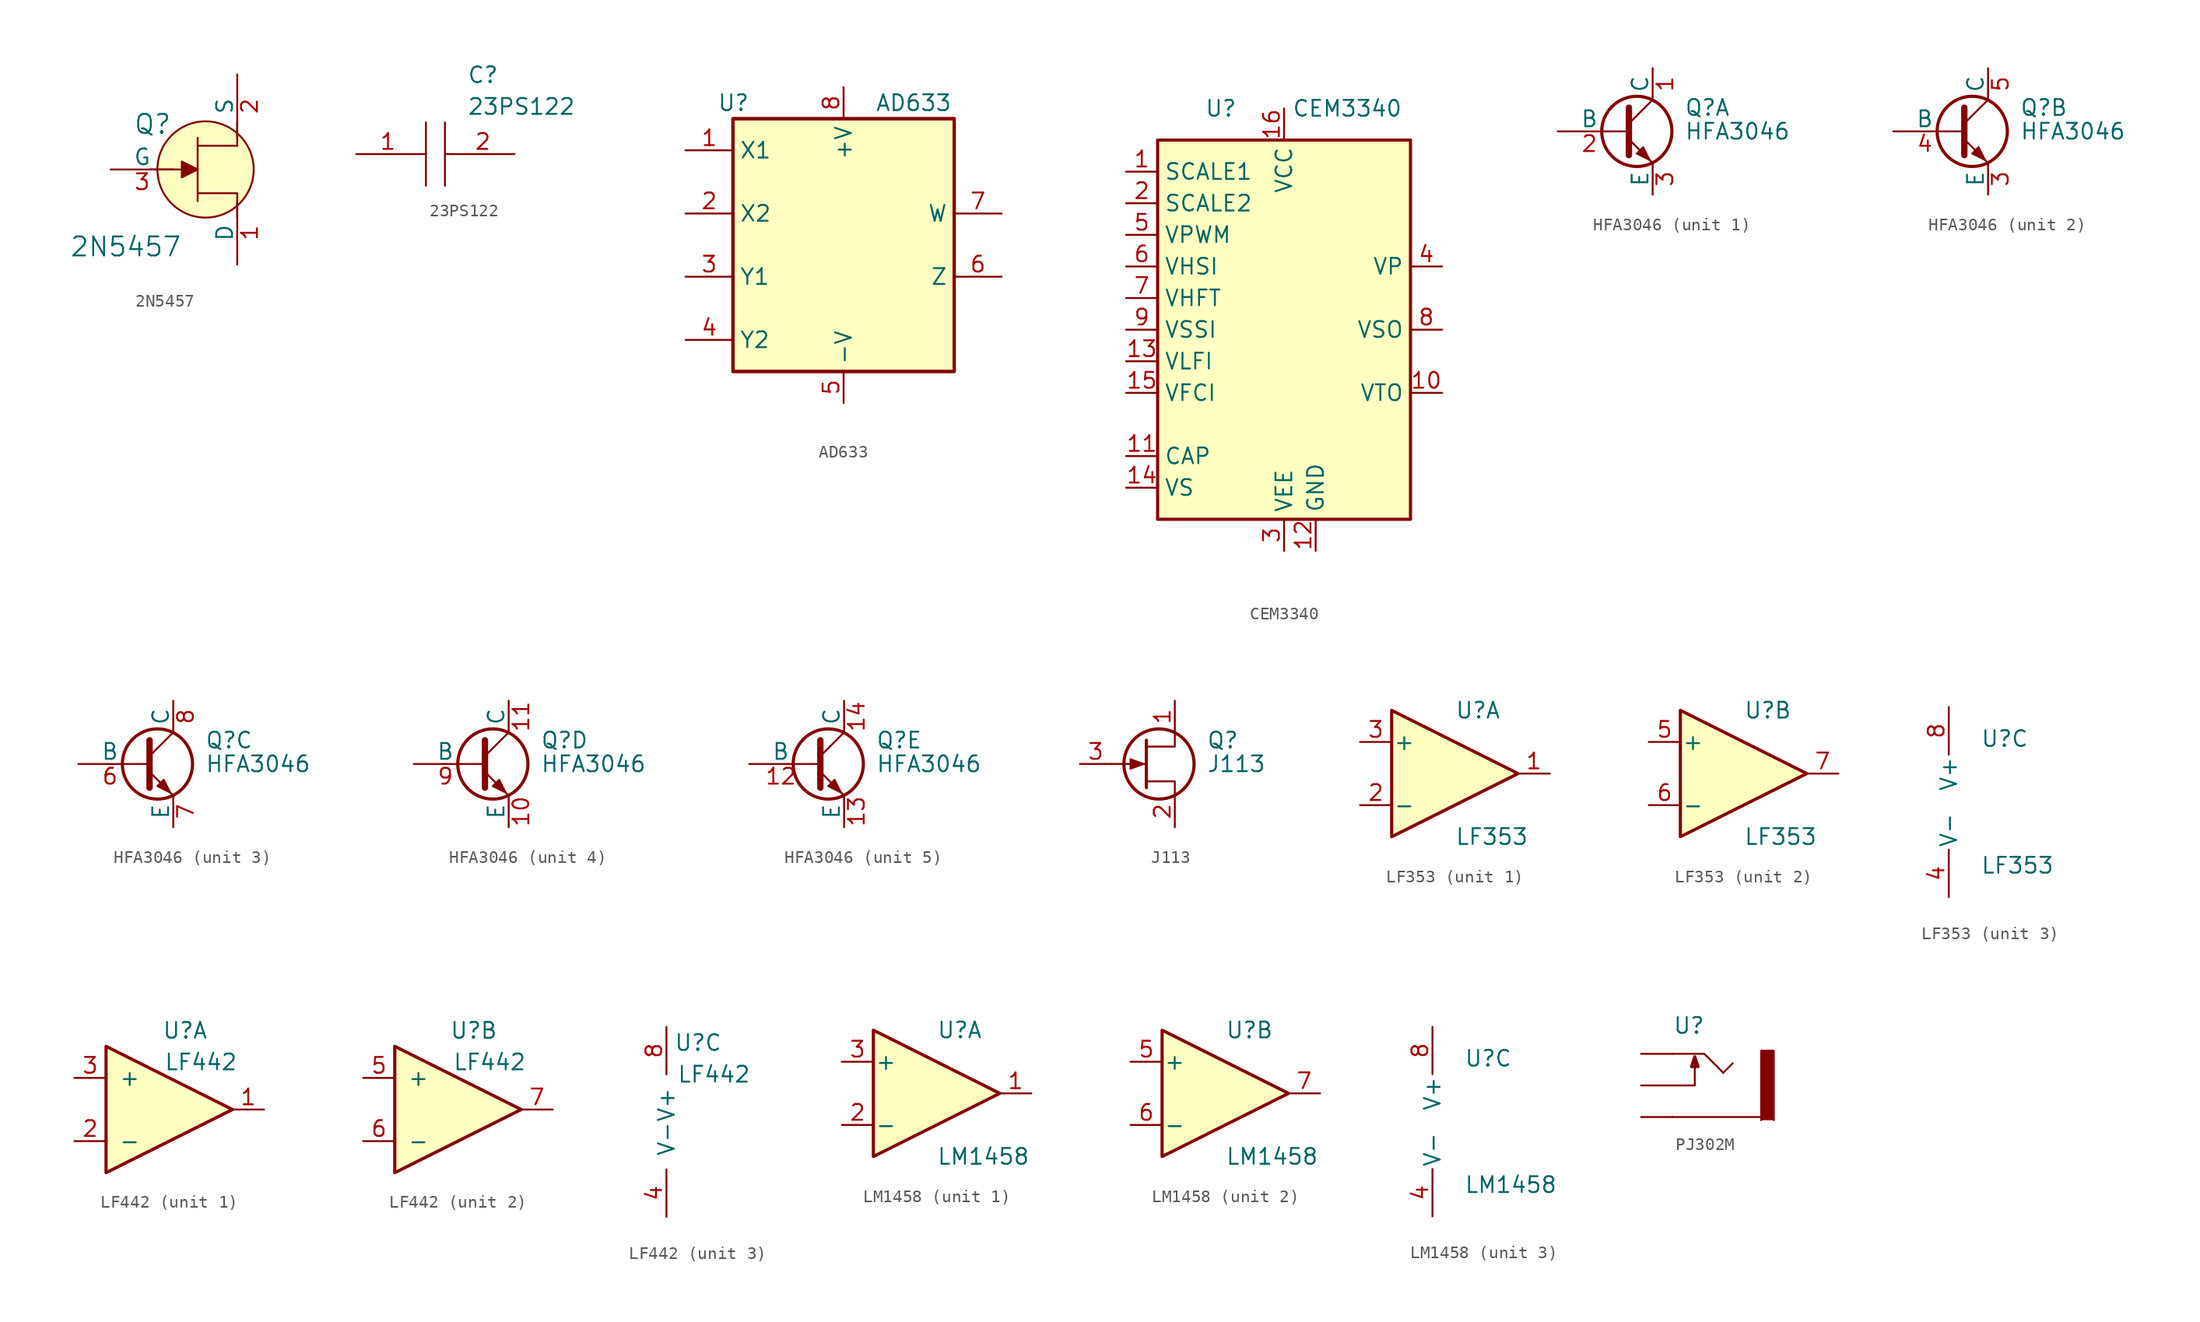
<source format=kicad_sym>
(kicad_symbol_lib
  (version 20211014)
  (generator kicad_symbol_editor)
  (symbol "2N5457"
    (pin_names
      (offset 0))
    (property "Reference" "Q"
      (at -2.692 3.632 0)
      (effects (font (size 1.524 1.524)) (justify right)))
    (property "Value" "2N5457"
      (at -6.401 -6.198 0)
      (effects (font (size 1.524 1.524))))
    (symbol "2N5457_0_1"
      (polyline (pts (xy -0.635 -2.54) (xy -0.635 2.54)) (stroke (width 0) (type default) (color 0 0 0 0)) (fill (type none)))
      (polyline (pts (xy -0.635 0) (xy -4.445 0)) (stroke (width 0) (type default) (color 0 0 0 0)) (fill (type none)))
      (polyline (pts (xy -0.635 -1.905) (xy 2.54 -1.905) (xy 2.54 -3.81)) (stroke (width 0) (type default) (color 0 0 0 0)) (fill (type none)))
      (polyline (pts (xy -0.635 1.905) (xy 2.54 1.905) (xy 2.54 3.81)) (stroke (width 0) (type default) (color 0 0 0 0)) (fill (type none))))
    (symbol "2N5457_1_1"
      (polyline (pts (xy -1.905 0.635) (xy -1.905 -0.635) (xy -0.635 0) (xy -1.905 0.635)) (stroke (width 0) (type default) (color 0 0 0 0)) (fill (type outline)))
      (circle (center 0 0) (radius 3.861) (stroke (width 0) (type default) (color 0 0 0 0)) (fill (type background)))
      (pin passive line (at 2.54 -7.62 90) (length 5.08) (name "D" (effects (font (size 1.27 1.27)))) (number "1" (effects (font (size 1.27 1.27)))))
      (pin passive line (at 2.54 7.62 270) (length 5.08) (name "S" (effects (font (size 1.27 1.27)))) (number "2" (effects (font (size 1.27 1.27)))))
      (pin input line (at -7.62 0 0) (length 5.08) (name "G" (effects (font (size 1.27 1.27)))) (number "3" (effects (font (size 1.27 1.27)))))))
  (symbol "23PS122"
    (pin_names
      (offset 0.762))
    (property "Reference" "C"
      (at 8.89 6.35 0)
      (effects (font (size 1.27 1.27)) (justify left)))
    (property "Value" "23PS122"
      (at 8.89 3.81 0)
      (effects (font (size 1.27 1.27)) (justify left)))
    (symbol "23PS122_0_0"
      (pin passive line (at 0 0 0) (length 5.08) (name "~" (effects (font (size 1.27 1.27)))) (number "1" (effects (font (size 1.27 1.27)))))
      (pin passive line (at 12.7 0 180) (length 5.08) (name "~" (effects (font (size 1.27 1.27)))) (number "2" (effects (font (size 1.27 1.27))))))
    (symbol "23PS122_0_1"
      (polyline (pts (xy 5.08 0) (xy 5.588 0)) (stroke (width 0.152) (type default) (color 0 0 0 0)) (fill (type none)))
      (polyline (pts (xy 5.588 2.54) (xy 5.588 -2.54)) (stroke (width 0.152) (type default) (color 0 0 0 0)) (fill (type none)))
      (polyline (pts (xy 7.112 0) (xy 7.62 0)) (stroke (width 0.152) (type default) (color 0 0 0 0)) (fill (type none)))
      (polyline (pts (xy 7.112 2.54) (xy 7.112 -2.54)) (stroke (width 0.152) (type default) (color 0 0 0 0)) (fill (type none)))))
  (symbol "AD633"
    (property "Reference" "U"
      (at -10.16 8.89 0)
      (effects (font (size 1.27 1.27)) (justify left)))
    (property "Value" "AD633"
      (at 2.54 8.89 0)
      (effects (font (size 1.27 1.27)) (justify left)))
    (symbol "AD633_0_0"
      (pin power_in line (at 0 -15.24 90) (length 2.54) (name "-V" (effects (font (size 1.27 1.27)))) (number "5" (effects (font (size 1.27 1.27)))))
      (pin power_in line (at 0 10.16 270) (length 2.54) (name "+V" (effects (font (size 1.27 1.27)))) (number "8" (effects (font (size 1.27 1.27))))))
    (symbol "AD633_0_1"
      (rectangle (start -8.89 -12.7) (end 8.89 7.62) (stroke (width 0.254) (type default) (color 0 0 0 0)) (fill (type background)))
      (rectangle (start -8.89 -12.7) (end 8.89 7.62) (stroke (width 0.254) (type default) (color 0 0 0 0)) (fill (type background))))
    (symbol "AD633_1_1"
      (pin input line (at -12.7 5.08 0) (length 3.81) (name "X1" (effects (font (size 1.27 1.27)))) (number "1" (effects (font (size 1.27 1.27)))))
      (pin input line (at -12.7 0 0) (length 3.81) (name "X2" (effects (font (size 1.27 1.27)))) (number "2" (effects (font (size 1.27 1.27)))))
      (pin input line (at -12.7 -5.08 0) (length 3.81) (name "Y1" (effects (font (size 1.27 1.27)))) (number "3" (effects (font (size 1.27 1.27)))))
      (pin input line (at -12.7 -10.16 0) (length 3.81) (name "Y2" (effects (font (size 1.27 1.27)))) (number "4" (effects (font (size 1.27 1.27)))))
      (pin input line (at 12.7 -5.08 180) (length 3.81) (name "Z" (effects (font (size 1.27 1.27)))) (number "6" (effects (font (size 1.27 1.27)))))
      (pin output line (at 12.7 0 180) (length 3.81) (name "W" (effects (font (size 1.27 1.27)))) (number "7" (effects (font (size 1.27 1.27)))))))
  (symbol "CEM3340"
    (property "Reference" "U"
      (at -5.08 17.78 0)
      (effects (font (size 1.27 1.27))))
    (property "Value" "CEM3340"
      (at 5.08 17.78 0)
      (effects (font (size 1.27 1.27))))
    (symbol "CEM3340_0_1"
      (rectangle (start -10.16 15.24) (end 10.16 -15.24) (stroke (width 0.254) (type default) (color 0 0 0 0)) (fill (type background))))
    (symbol "CEM3340_1_1"
      (pin input line (at -12.7 12.7 0) (length 2.54) (name "SCALE1" (effects (font (size 1.27 1.27)))) (number "1" (effects (font (size 1.27 1.27)))))
      (pin output line (at 12.7 -5.08 180) (length 2.54) (name "VTO" (effects (font (size 1.27 1.27)))) (number "10" (effects (font (size 1.27 1.27)))))
      (pin passive line (at -12.7 -10.16 0) (length 2.54) (name "CAP" (effects (font (size 1.27 1.27)))) (number "11" (effects (font (size 1.27 1.27)))))
      (pin power_in line (at 2.54 -17.78 90) (length 2.54) (name "GND" (effects (font (size 1.27 1.27)))) (number "12" (effects (font (size 1.27 1.27)))))
      (pin input line (at -12.7 -2.54 0) (length 2.54) (name "VLFI" (effects (font (size 1.27 1.27)))) (number "13" (effects (font (size 1.27 1.27)))))
      (pin passive line (at -12.7 -12.7 0) (length 2.54) (name "VS" (effects (font (size 1.27 1.27)))) (number "14" (effects (font (size 1.27 1.27)))))
      (pin input line (at -12.7 -5.08 0) (length 2.54) (name "VFCI" (effects (font (size 1.27 1.27)))) (number "15" (effects (font (size 1.27 1.27)))))
      (pin power_in line (at 0 17.78 270) (length 2.54) (name "VCC" (effects (font (size 1.27 1.27)))) (number "16" (effects (font (size 1.27 1.27)))))
      (pin input line (at -12.7 10.16 0) (length 2.54) (name "SCALE2" (effects (font (size 1.27 1.27)))) (number "2" (effects (font (size 1.27 1.27)))))
      (pin power_in line (at 0 -17.78 90) (length 2.54) (name "VEE" (effects (font (size 1.27 1.27)))) (number "3" (effects (font (size 1.27 1.27)))))
      (pin output line (at 12.7 5.08 180) (length 2.54) (name "VP" (effects (font (size 1.27 1.27)))) (number "4" (effects (font (size 1.27 1.27)))))
      (pin input line (at -12.7 7.62 0) (length 2.54) (name "VPWM" (effects (font (size 1.27 1.27)))) (number "5" (effects (font (size 1.27 1.27)))))
      (pin input line (at -12.7 5.08 0) (length 2.54) (name "VHSI" (effects (font (size 1.27 1.27)))) (number "6" (effects (font (size 1.27 1.27)))))
      (pin input line (at -12.7 2.54 0) (length 2.54) (name "VHFT" (effects (font (size 1.27 1.27)))) (number "7" (effects (font (size 1.27 1.27)))))
      (pin output line (at 12.7 0 180) (length 2.54) (name "VSO" (effects (font (size 1.27 1.27)))) (number "8" (effects (font (size 1.27 1.27)))))
      (pin input line (at -12.7 0 0) (length 2.54) (name "VSSI" (effects (font (size 1.27 1.27)))) (number "9" (effects (font (size 1.27 1.27)))))))
  (symbol "HFA3046"
    (pin_names
      (offset 0))
    (property "Reference" "Q"
      (at 5.08 1.905 0)
      (effects (font (size 1.27 1.27)) (justify left)))
    (property "Value" "HFA3046"
      (at 5.08 0 0)
      (effects (font (size 1.27 1.27)) (justify left)))
    (property "Datasheet" ""
      (at 0 0 0)
      (effects (font (size 1.27 1.27)) (justify left)))
    (symbol "HFA3046_0_1"
      (polyline (pts (xy 0 0) (xy 0.635 0)) (stroke (width 0) (type default) (color 0 0 0 0)) (fill (type none)))
      (polyline (pts (xy 0.635 0.635) (xy 2.54 2.54)) (stroke (width 0) (type default) (color 0 0 0 0)) (fill (type none)))
      (polyline (pts (xy 0.635 -0.635) (xy 2.54 -2.54) (xy 2.54 -2.54)) (stroke (width 0) (type default) (color 0 0 0 0)) (fill (type none)))
      (polyline (pts (xy 0.635 1.905) (xy 0.635 -1.905) (xy 0.635 -1.905)) (stroke (width 0.508) (type default) (color 0 0 0 0)) (fill (type none)))
      (polyline (pts (xy 1.27 -1.778) (xy 1.778 -1.27) (xy 2.286 -2.286) (xy 1.27 -1.778) (xy 1.27 -1.778)) (stroke (width 0) (type default) (color 0 0 0 0)) (fill (type outline)))
      (circle (center 1.27 0) (radius 2.819) (stroke (width 0.254) (type default) (color 0 0 0 0)) (fill (type none))))
    (symbol "HFA3046_1_1"
      (pin passive line (at 2.54 5.08 270) (length 2.54) (name "C" (effects (font (size 1.27 1.27)))) (number "1" (effects (font (size 1.27 1.27)))))
      (pin input line (at -5.08 0 0) (length 5.08) (name "B" (effects (font (size 1.27 1.27)))) (number "2" (effects (font (size 1.27 1.27)))))
      (pin passive line (at 2.54 -5.08 90) (length 2.54) (name "E" (effects (font (size 1.27 1.27)))) (number "3" (effects (font (size 1.27 1.27))))))
    (symbol "HFA3046_2_1"
      (pin passive line (at 2.54 -5.08 90) (length 2.54) (name "E" (effects (font (size 1.27 1.27)))) (number "3" (effects (font (size 1.27 1.27)))))
      (pin input line (at -5.08 0 0) (length 5.08) (name "B" (effects (font (size 1.27 1.27)))) (number "4" (effects (font (size 1.27 1.27)))))
      (pin passive line (at 2.54 5.08 270) (length 2.54) (name "C" (effects (font (size 1.27 1.27)))) (number "5" (effects (font (size 1.27 1.27))))))
    (symbol "HFA3046_3_1"
      (pin input line (at -5.08 0 0) (length 5.08) (name "B" (effects (font (size 1.27 1.27)))) (number "6" (effects (font (size 1.27 1.27)))))
      (pin passive line (at 2.54 -5.08 90) (length 2.54) (name "E" (effects (font (size 1.27 1.27)))) (number "7" (effects (font (size 1.27 1.27)))))
      (pin passive line (at 2.54 5.08 270) (length 2.54) (name "C" (effects (font (size 1.27 1.27)))) (number "8" (effects (font (size 1.27 1.27))))))
    (symbol "HFA3046_4_1"
      (pin passive line (at 2.54 -5.08 90) (length 2.54) (name "E" (effects (font (size 1.27 1.27)))) (number "10" (effects (font (size 1.27 1.27)))))
      (pin passive line (at 2.54 5.08 270) (length 2.54) (name "C" (effects (font (size 1.27 1.27)))) (number "11" (effects (font (size 1.27 1.27)))))
      (pin input line (at -5.08 0 0) (length 5.08) (name "B" (effects (font (size 1.27 1.27)))) (number "9" (effects (font (size 1.27 1.27))))))
    (symbol "HFA3046_5_1"
      (pin input line (at -5.08 0 0) (length 5.08) (name "B" (effects (font (size 1.27 1.27)))) (number "12" (effects (font (size 1.27 1.27)))))
      (pin passive line (at 2.54 -5.08 90) (length 2.54) (name "E" (effects (font (size 1.27 1.27)))) (number "13" (effects (font (size 1.27 1.27)))))
      (pin passive line (at 2.54 5.08 270) (length 2.54) (name "C" (effects (font (size 1.27 1.27)))) (number "14" (effects (font (size 1.27 1.27)))))))
  (symbol "J113"
    (pin_names hide)
    (property "Reference" "Q"
      (at 5.08 1.905 0)
      (effects (font (size 1.27 1.27)) (justify left)))
    (property "Value" "J113"
      (at 5.08 0 0)
      (effects (font (size 1.27 1.27)) (justify left)))
    (symbol "J113_0_1"
      (polyline (pts (xy 0.254 0) (xy -2.54 0)) (stroke (width 0) (type default) (color 0 0 0 0)) (fill (type none)))
      (polyline (pts (xy 0.254 1.905) (xy 0.254 -1.905)) (stroke (width 0.254) (type default) (color 0 0 0 0)) (fill (type none)))
      (polyline (pts (xy 2.54 -2.54) (xy 2.54 -1.397) (xy 0.254 -1.397)) (stroke (width 0) (type default) (color 0 0 0 0)) (fill (type none)))
      (polyline (pts (xy 2.54 2.54) (xy 2.54 1.397) (xy 0.254 1.397)) (stroke (width 0) (type default) (color 0 0 0 0)) (fill (type none)))
      (polyline (pts (xy 0 0) (xy -1.016 0.381) (xy -1.016 -0.381) (xy 0 0)) (stroke (width 0) (type default) (color 0 0 0 0)) (fill (type outline)))
      (circle (center 1.27 0) (radius 2.819) (stroke (width 0.254) (type default) (color 0 0 0 0)) (fill (type none))))
    (symbol "J113_1_1"
      (pin passive line (at 2.54 5.08 270) (length 2.54) (name "D" (effects (font (size 1.27 1.27)))) (number "1" (effects (font (size 1.27 1.27)))))
      (pin passive line (at 2.54 -5.08 90) (length 2.54) (name "S" (effects (font (size 1.27 1.27)))) (number "2" (effects (font (size 1.27 1.27)))))
      (pin input line (at -5.08 0 0) (length 2.54) (name "G" (effects (font (size 1.27 1.27)))) (number "3" (effects (font (size 1.27 1.27)))))))
  (symbol "LF353"
    (pin_names
      (offset 0.127))
    (property "Reference" "U"
      (at 0 5.08 0)
      (effects (font (size 1.27 1.27)) (justify left)))
    (property "Value" "LF353"
      (at 0 -5.08 0)
      (effects (font (size 1.27 1.27)) (justify left)))
    (property "ki_locked" ""
      (at 0 0 0)
      (effects (font (size 1.27 1.27))))
    (symbol "LF353_1_1"
      (polyline (pts (xy -5.08 5.08) (xy 5.08 0) (xy -5.08 -5.08) (xy -5.08 5.08)) (stroke (width 0.254) (type default) (color 0 0 0 0)) (fill (type background)))
      (pin output line (at 7.62 0 180) (length 2.54) (name "~" (effects (font (size 1.27 1.27)))) (number "1" (effects (font (size 1.27 1.27)))))
      (pin input line (at -7.62 -2.54 0) (length 2.54) (name "-" (effects (font (size 1.27 1.27)))) (number "2" (effects (font (size 1.27 1.27)))))
      (pin input line (at -7.62 2.54 0) (length 2.54) (name "+" (effects (font (size 1.27 1.27)))) (number "3" (effects (font (size 1.27 1.27))))))
    (symbol "LF353_2_1"
      (polyline (pts (xy -5.08 5.08) (xy 5.08 0) (xy -5.08 -5.08) (xy -5.08 5.08)) (stroke (width 0.254) (type default) (color 0 0 0 0)) (fill (type background)))
      (pin input line (at -7.62 2.54 0) (length 2.54) (name "+" (effects (font (size 1.27 1.27)))) (number "5" (effects (font (size 1.27 1.27)))))
      (pin input line (at -7.62 -2.54 0) (length 2.54) (name "-" (effects (font (size 1.27 1.27)))) (number "6" (effects (font (size 1.27 1.27)))))
      (pin output line (at 7.62 0 180) (length 2.54) (name "~" (effects (font (size 1.27 1.27)))) (number "7" (effects (font (size 1.27 1.27))))))
    (symbol "LF353_3_1"
      (pin power_in line (at -2.54 -7.62 90) (length 3.81) (name "V-" (effects (font (size 1.27 1.27)))) (number "4" (effects (font (size 1.27 1.27)))))
      (pin power_in line (at -2.54 7.62 270) (length 3.81) (name "V+" (effects (font (size 1.27 1.27)))) (number "8" (effects (font (size 1.27 1.27)))))))
  (symbol "LF442"
    (pin_names
      (offset 1.016))
    (property "Reference" "U"
      (at 2.54 6.35 0)
      (effects (font (size 1.27 1.27))))
    (property "Value" "LF442"
      (at 3.81 3.81 0)
      (effects (font (size 1.27 1.27))))
    (property "ki_locked" ""
      (at 0 0 0)
      (effects (font (size 1.27 1.27))))
    (symbol "LF442_1_1"
      (polyline (pts (xy -3.81 5.08) (xy 6.35 0) (xy -3.81 -5.08) (xy -3.81 5.08)) (stroke (width 0.254) (type default) (color 0 0 0 0)) (fill (type background)))
      (pin output line (at 8.89 0 180) (length 2.54) (name "~" (effects (font (size 1.27 1.27)))) (number "1" (effects (font (size 1.27 1.27)))))
      (pin input line (at -6.35 -2.54 0) (length 2.54) (name "-" (effects (font (size 1.27 1.27)))) (number "2" (effects (font (size 1.27 1.27)))))
      (pin input line (at -6.35 2.54 0) (length 2.54) (name "+" (effects (font (size 1.27 1.27)))) (number "3" (effects (font (size 1.27 1.27))))))
    (symbol "LF442_2_1"
      (polyline (pts (xy -3.81 5.08) (xy 6.35 0) (xy -3.81 -5.08) (xy -3.81 5.08)) (stroke (width 0.254) (type default) (color 0 0 0 0)) (fill (type background)))
      (pin input line (at -6.35 2.54 0) (length 2.54) (name "+" (effects (font (size 1.27 1.27)))) (number "5" (effects (font (size 1.27 1.27)))))
      (pin input line (at -6.35 -2.54 0) (length 2.54) (name "-" (effects (font (size 1.27 1.27)))) (number "6" (effects (font (size 1.27 1.27)))))
      (pin output line (at 8.89 0 180) (length 2.54) (name "~" (effects (font (size 1.27 1.27)))) (number "7" (effects (font (size 1.27 1.27))))))
    (symbol "LF442_3_1"
      (pin power_in line (at 0 -7.62 90) (length 3.81) (name "V-" (effects (font (size 1.27 1.27)))) (number "4" (effects (font (size 1.27 1.27)))))
      (pin power_in line (at 0 7.62 270) (length 3.81) (name "V+" (effects (font (size 1.27 1.27)))) (number "8" (effects (font (size 1.27 1.27)))))))
  (symbol "LM1458"
    (pin_names
      (offset 0.127))
    (property "Reference" "U"
      (at 0 5.08 0)
      (effects (font (size 1.27 1.27)) (justify left)))
    (property "Value" "LM1458"
      (at 0 -5.08 0)
      (effects (font (size 1.27 1.27)) (justify left)))
    (property "ki_locked" ""
      (at 0 0 0)
      (effects (font (size 1.27 1.27))))
    (symbol "LM1458_1_1"
      (polyline (pts (xy -5.08 5.08) (xy 5.08 0) (xy -5.08 -5.08) (xy -5.08 5.08)) (stroke (width 0.254) (type default) (color 0 0 0 0)) (fill (type background)))
      (pin output line (at 7.62 0 180) (length 2.54) (name "~" (effects (font (size 1.27 1.27)))) (number "1" (effects (font (size 1.27 1.27)))))
      (pin input line (at -7.62 -2.54 0) (length 2.54) (name "-" (effects (font (size 1.27 1.27)))) (number "2" (effects (font (size 1.27 1.27)))))
      (pin input line (at -7.62 2.54 0) (length 2.54) (name "+" (effects (font (size 1.27 1.27)))) (number "3" (effects (font (size 1.27 1.27))))))
    (symbol "LM1458_2_1"
      (polyline (pts (xy -5.08 5.08) (xy 5.08 0) (xy -5.08 -5.08) (xy -5.08 5.08)) (stroke (width 0.254) (type default) (color 0 0 0 0)) (fill (type background)))
      (pin input line (at -7.62 2.54 0) (length 2.54) (name "+" (effects (font (size 1.27 1.27)))) (number "5" (effects (font (size 1.27 1.27)))))
      (pin input line (at -7.62 -2.54 0) (length 2.54) (name "-" (effects (font (size 1.27 1.27)))) (number "6" (effects (font (size 1.27 1.27)))))
      (pin output line (at 7.62 0 180) (length 2.54) (name "~" (effects (font (size 1.27 1.27)))) (number "7" (effects (font (size 1.27 1.27))))))
    (symbol "LM1458_3_1"
      (pin power_in line (at -2.54 -7.62 90) (length 3.81) (name "V-" (effects (font (size 1.27 1.27)))) (number "4" (effects (font (size 1.27 1.27)))))
      (pin power_in line (at -2.54 7.62 270) (length 3.81) (name "V+" (effects (font (size 1.27 1.27)))) (number "8" (effects (font (size 1.27 1.27)))))))
  (symbol "PJ302M"
    (pin_numbers hide)
    (pin_names
      (offset 1.016) hide)
    (property "Reference" "U"
      (at -2.54 4.064 0)
      (effects (font (size 1.27 1.27)) (justify left bottom)))
    (property "ki_locked" ""
      (at 0 0 0)
      (effects (font (size 1.27 1.27))))
    (symbol "PJ302M_0_0"
      (polyline (pts (xy -2.54 -2.54) (xy 4.572 -2.54)) (stroke (width 0.152) (type default) (color 0 0 0 0)) (fill (type none)))
      (polyline (pts (xy -2.54 0) (xy -0.762 0)) (stroke (width 0.152) (type default) (color 0 0 0 0)) (fill (type none)))
      (polyline (pts (xy -2.54 2.54) (xy 0 2.54)) (stroke (width 0.152) (type default) (color 0 0 0 0)) (fill (type none)))
      (polyline (pts (xy -1.016 1.524) (xy -0.508 1.524)) (stroke (width 0.254) (type default) (color 0 0 0 0)) (fill (type none)))
      (polyline (pts (xy -0.762 0) (xy -0.762 2.286)) (stroke (width 0.152) (type default) (color 0 0 0 0)) (fill (type none)))
      (polyline (pts (xy -0.762 2.286) (xy -1.016 1.524)) (stroke (width 0.254) (type default) (color 0 0 0 0)) (fill (type none)))
      (polyline (pts (xy -0.508 1.524) (xy -0.762 2.286)) (stroke (width 0.254) (type default) (color 0 0 0 0)) (fill (type none)))
      (polyline (pts (xy 0 2.54) (xy 1.524 1.016)) (stroke (width 0.152) (type default) (color 0 0 0 0)) (fill (type none)))
      (polyline (pts (xy 1.524 1.016) (xy 2.286 1.778)) (stroke (width 0.152) (type default) (color 0 0 0 0)) (fill (type none)))
      (polyline (pts (xy 4.572 -2.794) (xy 4.572 2.794) (xy 5.588 2.794) (xy 5.588 -2.794)) (stroke (width 0) (type default) (color 0 0 0 0)) (fill (type outline)))
      (pin passive line (at -5.08 -2.54 0) (length 2.54) (name "SLEEVE" (effects (font (size 1.016 1.016)))) (number "GND" (effects (font (size 1.016 1.016)))))
      (pin passive line (at -5.08 0 0) (length 2.54) (name "SWITCH" (effects (font (size 1.016 1.016)))) (number "SW" (effects (font (size 1.016 1.016)))))
      (pin passive line (at -5.08 2.54 0) (length 2.54) (name "TIP" (effects (font (size 1.016 1.016)))) (number "TIP" (effects (font (size 1.016 1.016))))))))
</source>
